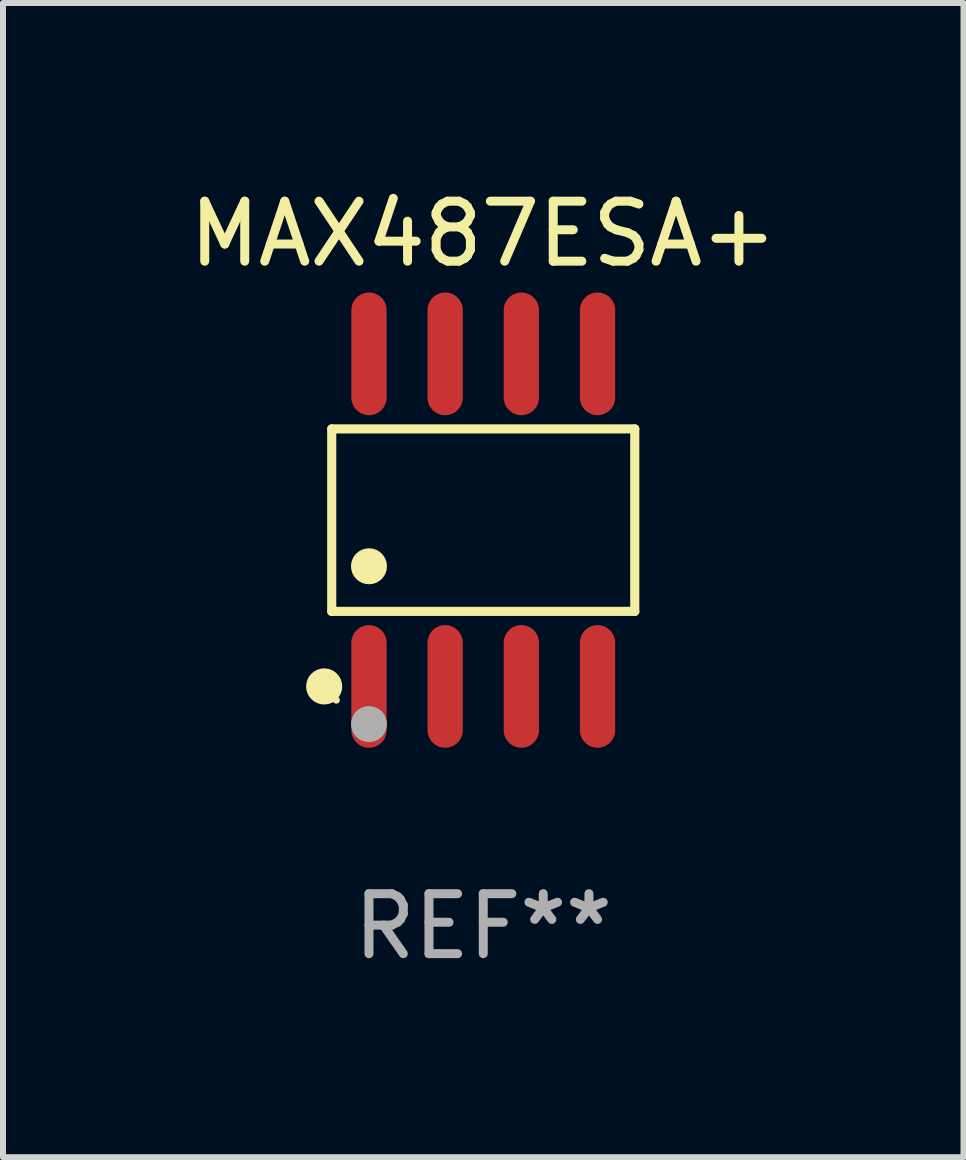
<source format=kicad_pcb>
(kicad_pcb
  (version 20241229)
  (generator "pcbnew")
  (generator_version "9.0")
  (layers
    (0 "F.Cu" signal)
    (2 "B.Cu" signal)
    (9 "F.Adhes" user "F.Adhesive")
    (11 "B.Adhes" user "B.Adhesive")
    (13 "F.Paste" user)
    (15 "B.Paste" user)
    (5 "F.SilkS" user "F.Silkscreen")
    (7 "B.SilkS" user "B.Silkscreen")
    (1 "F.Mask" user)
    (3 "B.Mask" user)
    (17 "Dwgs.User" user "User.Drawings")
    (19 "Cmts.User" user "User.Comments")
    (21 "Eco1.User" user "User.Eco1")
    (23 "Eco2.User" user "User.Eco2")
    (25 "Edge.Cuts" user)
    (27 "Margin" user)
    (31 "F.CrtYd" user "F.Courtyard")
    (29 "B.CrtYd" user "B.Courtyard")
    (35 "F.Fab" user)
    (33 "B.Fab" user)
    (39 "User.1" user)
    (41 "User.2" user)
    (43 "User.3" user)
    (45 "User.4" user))
  (footprint "MAX487ESA+"
    (layer "F.Cu")
    (at 5.006 5.621)
    (property "Reference" "MAX487ESA+" (at 0 -4.772 0) (layer "F.SilkS") (effects (font (size 1 1) (thickness 0.15))))
    (attr through_hole)
    (fp_line (start -2.526 -1.521) (end 2.526 -1.521) (stroke (width 0.152) (type solid)) (layer "F.SilkS"))
    (fp_line (start -2.526 1.521) (end -2.526 -1.521) (stroke (width 0.152) (type solid)) (layer "F.SilkS"))
    (fp_line (start 2.526 -1.521) (end 2.526 1.521) (stroke (width 0.152) (type solid)) (layer "F.SilkS"))
    (fp_line (start 2.526 1.521) (end -2.526 1.521) (stroke (width 0.152) (type solid)) (layer "F.SilkS"))
    (fp_circle (center -2.652 2.772) (end -2.501 2.772) (stroke (width 0.3) (type solid)) (fill no) (layer "F.SilkS"))
    (fp_circle (center -2.45 3) (end -2.42 3) (stroke (width 0.06) (type solid)) (fill no) (layer "F.SilkS"))
    (fp_circle (center -1.905 0.769) (end -1.755 0.769) (stroke (width 0.3) (type solid)) (fill no) (layer "F.SilkS"))
    (fp_circle (center -1.905 3.4) (end -1.755 3.4) (stroke (width 0.3) (type solid)) (fill no) (layer "F.Fab"))
    (fp_text user "REF**" (at 0 6.772 0) (layer "F.Fab") (effects (font (size 1 1) (thickness 0.15))))
    (pad "1" smd oval (at -1.905 2.772) (size 0.588 2.045) (layers "F.Cu" "F.Mask" "F.Paste"))
    (pad "2" smd oval (at -0.635 2.772) (size 0.588 2.045) (layers "F.Cu" "F.Mask" "F.Paste"))
    (pad "3" smd oval (at 0.635 2.772) (size 0.588 2.045) (layers "F.Cu" "F.Mask" "F.Paste"))
    (pad "4" smd oval (at 1.905 2.772) (size 0.588 2.045) (layers "F.Cu" "F.Mask" "F.Paste"))
    (pad "5" smd oval (at 1.905 -2.772) (size 0.588 2.045) (layers "F.Cu" "F.Mask" "F.Paste"))
    (pad "6" smd oval (at 0.635 -2.772) (size 0.588 2.045) (layers "F.Cu" "F.Mask" "F.Paste"))
    (pad "7" smd oval (at -0.635 -2.772) (size 0.588 2.045) (layers "F.Cu" "F.Mask" "F.Paste"))
    (pad "8" smd oval (at -1.905 -2.772) (size 0.588 2.045) (layers "F.Cu" "F.Mask" "F.Paste")))
  (gr_rect
    (start -3 -3)
    (end 13.012 16.241)
    (stroke (width 0.1) (type default))
    (fill no)
    (layer "Edge.Cuts")))
</source>
